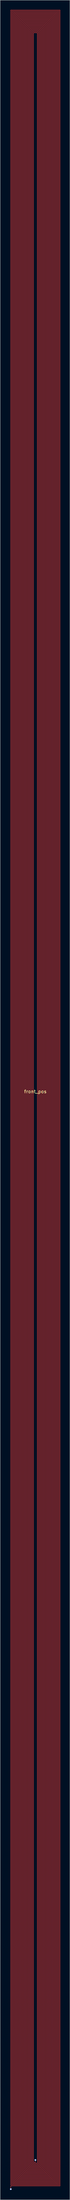
<source format=kicad_pcb>
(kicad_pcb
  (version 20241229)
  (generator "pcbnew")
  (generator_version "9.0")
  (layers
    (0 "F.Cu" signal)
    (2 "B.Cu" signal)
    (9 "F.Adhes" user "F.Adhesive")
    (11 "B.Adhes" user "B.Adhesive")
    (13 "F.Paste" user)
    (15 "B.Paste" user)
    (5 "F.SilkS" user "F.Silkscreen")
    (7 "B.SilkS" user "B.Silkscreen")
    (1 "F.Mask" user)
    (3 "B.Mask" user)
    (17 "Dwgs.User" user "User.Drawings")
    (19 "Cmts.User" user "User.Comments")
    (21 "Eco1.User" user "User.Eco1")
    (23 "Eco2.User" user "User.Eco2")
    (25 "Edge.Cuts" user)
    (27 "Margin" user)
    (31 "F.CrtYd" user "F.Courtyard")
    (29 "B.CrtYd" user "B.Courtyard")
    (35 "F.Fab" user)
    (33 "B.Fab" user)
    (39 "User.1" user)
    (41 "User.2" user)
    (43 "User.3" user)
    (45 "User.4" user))
  (footprint "front_pos"
    (layer "F.Cu")
    (at 7.942 337.577)
    (property "Reference" "front_pos" (at 0 -2 0) (layer "F.SilkS") (effects (font (size 1 1) (thickness 0.15))))
    (attr through_hole)
    (fp_line (start -7.642 -337.5) (end -7.642 337.194) (stroke (width 0.153) (type solid)) (layer "F.Cu"))
    (fp_line (start -7.642 337.194) (end 7.336 337.194) (stroke (width 0.153) (type solid)) (layer "F.Cu"))
    (fp_line (start -7.642 337.5) (end 7.642 337.5) (stroke (width 0.153) (type solid)) (layer "F.Cu"))
    (fp_line (start -7.642 338.5) (end -7.642 337.5) (stroke (width 0.153) (type solid)) (layer "F.Cu"))
    (fp_line (start -7.336 -337.194) (end -7.336 336.888) (stroke (width 0.153) (type solid)) (layer "F.Cu"))
    (fp_line (start -7.336 336.888) (end 7.03 336.888) (stroke (width 0.153) (type solid)) (layer "F.Cu"))
    (fp_line (start -7.03 -336.888) (end -7.03 336.582) (stroke (width 0.153) (type solid)) (layer "F.Cu"))
    (fp_line (start -7.03 336.582) (end 6.724 336.582) (stroke (width 0.153) (type solid)) (layer "F.Cu"))
    (fp_line (start -6.724 -336.582) (end -6.724 336.276) (stroke (width 0.153) (type solid)) (layer "F.Cu"))
    (fp_line (start -6.724 336.276) (end 6.418 336.276) (stroke (width 0.153) (type solid)) (layer "F.Cu"))
    (fp_line (start -6.418 -336.276) (end -6.418 335.97) (stroke (width 0.153) (type solid)) (layer "F.Cu"))
    (fp_line (start -6.418 335.97) (end 6.112 335.97) (stroke (width 0.153) (type solid)) (layer "F.Cu"))
    (fp_line (start -6.112 -335.97) (end -6.112 335.664) (stroke (width 0.153) (type solid)) (layer "F.Cu"))
    (fp_line (start -6.112 335.664) (end 5.806 335.664) (stroke (width 0.153) (type solid)) (layer "F.Cu"))
    (fp_line (start -5.806 -335.664) (end -5.806 335.358) (stroke (width 0.153) (type solid)) (layer "F.Cu"))
    (fp_line (start -5.806 335.358) (end 5.5 335.358) (stroke (width 0.153) (type solid)) (layer "F.Cu"))
    (fp_line (start -5.5 -335.358) (end -5.5 335.052) (stroke (width 0.153) (type solid)) (layer "F.Cu"))
    (fp_line (start -5.5 335.052) (end 5.194 335.052) (stroke (width 0.153) (type solid)) (layer "F.Cu"))
    (fp_line (start -5.194 -335.052) (end -5.194 334.746) (stroke (width 0.153) (type solid)) (layer "F.Cu"))
    (fp_line (start -5.194 334.746) (end 4.888 334.746) (stroke (width 0.153) (type solid)) (layer "F.Cu"))
    (fp_line (start -4.888 -334.746) (end -4.888 334.44) (stroke (width 0.153) (type solid)) (layer "F.Cu"))
    (fp_line (start -4.888 334.44) (end 4.582 334.44) (stroke (width 0.153) (type solid)) (layer "F.Cu"))
    (fp_line (start -4.582 -334.44) (end -4.582 334.134) (stroke (width 0.153) (type solid)) (layer "F.Cu"))
    (fp_line (start -4.582 334.134) (end 4.276 334.134) (stroke (width 0.153) (type solid)) (layer "F.Cu"))
    (fp_line (start -4.276 -334.134) (end -4.276 333.828) (stroke (width 0.153) (type solid)) (layer "F.Cu"))
    (fp_line (start -4.276 333.828) (end 3.97 333.828) (stroke (width 0.153) (type solid)) (layer "F.Cu"))
    (fp_line (start -3.97 -333.828) (end -3.97 333.522) (stroke (width 0.153) (type solid)) (layer "F.Cu"))
    (fp_line (start -3.97 333.522) (end 3.664 333.522) (stroke (width 0.153) (type solid)) (layer "F.Cu"))
    (fp_line (start -3.664 -333.522) (end -3.664 333.216) (stroke (width 0.153) (type solid)) (layer "F.Cu"))
    (fp_line (start -3.664 333.216) (end 3.358 333.216) (stroke (width 0.153) (type solid)) (layer "F.Cu"))
    (fp_line (start -3.358 -333.216) (end -3.358 332.91) (stroke (width 0.153) (type solid)) (layer "F.Cu"))
    (fp_line (start -3.358 332.91) (end 3.052 332.91) (stroke (width 0.153) (type solid)) (layer "F.Cu"))
    (fp_line (start -3.052 -332.91) (end -3.052 332.604) (stroke (width 0.153) (type solid)) (layer "F.Cu"))
    (fp_line (start -3.052 332.604) (end 2.746 332.604) (stroke (width 0.153) (type solid)) (layer "F.Cu"))
    (fp_line (start -2.746 -332.604) (end -2.746 332.298) (stroke (width 0.153) (type solid)) (layer "F.Cu"))
    (fp_line (start -2.746 332.298) (end 2.44 332.298) (stroke (width 0.153) (type solid)) (layer "F.Cu"))
    (fp_line (start -2.44 -332.298) (end -2.44 331.992) (stroke (width 0.153) (type solid)) (layer "F.Cu"))
    (fp_line (start -2.44 331.992) (end 2.134 331.992) (stroke (width 0.153) (type solid)) (layer "F.Cu"))
    (fp_line (start -2.134 -331.992) (end -2.134 331.686) (stroke (width 0.153) (type solid)) (layer "F.Cu"))
    (fp_line (start -2.134 331.686) (end 1.828 331.686) (stroke (width 0.153) (type solid)) (layer "F.Cu"))
    (fp_line (start -1.828 -331.686) (end -1.828 331.38) (stroke (width 0.153) (type solid)) (layer "F.Cu"))
    (fp_line (start -1.828 331.38) (end 1.522 331.38) (stroke (width 0.153) (type solid)) (layer "F.Cu"))
    (fp_line (start -1.522 -331.38) (end -1.522 331.074) (stroke (width 0.153) (type solid)) (layer "F.Cu"))
    (fp_line (start -1.522 331.074) (end 1.216 331.074) (stroke (width 0.153) (type solid)) (layer "F.Cu"))
    (fp_line (start -1.216 -331.074) (end -1.216 330.768) (stroke (width 0.153) (type solid)) (layer "F.Cu"))
    (fp_line (start -1.216 330.768) (end 0.91 330.768) (stroke (width 0.153) (type solid)) (layer "F.Cu"))
    (fp_line (start -0.91 -330.768) (end -0.91 330.462) (stroke (width 0.153) (type solid)) (layer "F.Cu"))
    (fp_line (start -0.91 330.462) (end 0.604 330.462) (stroke (width 0.153) (type solid)) (layer "F.Cu"))
    (fp_line (start -0.604 -330.462) (end -0.604 330.156) (stroke (width 0.153) (type solid)) (layer "F.Cu"))
    (fp_line (start -0.604 330.156) (end 0 330.156) (stroke (width 0.153) (type solid)) (layer "F.Cu"))
    (fp_line (start 0 330.156) (end 0 329.462) (stroke (width 0.153) (type solid)) (layer "F.Cu"))
    (fp_line (start 0.604 -330.462) (end -0.604 -330.462) (stroke (width 0.153) (type solid)) (layer "F.Cu"))
    (fp_line (start 0.604 330.462) (end 0.604 -330.462) (stroke (width 0.153) (type solid)) (layer "F.Cu"))
    (fp_line (start 0.91 -330.768) (end -0.91 -330.768) (stroke (width 0.153) (type solid)) (layer "F.Cu"))
    (fp_line (start 0.91 330.768) (end 0.91 -330.768) (stroke (width 0.153) (type solid)) (layer "F.Cu"))
    (fp_line (start 1.216 -331.074) (end -1.216 -331.074) (stroke (width 0.153) (type solid)) (layer "F.Cu"))
    (fp_line (start 1.216 331.074) (end 1.216 -331.074) (stroke (width 0.153) (type solid)) (layer "F.Cu"))
    (fp_line (start 1.522 -331.38) (end -1.522 -331.38) (stroke (width 0.153) (type solid)) (layer "F.Cu"))
    (fp_line (start 1.522 331.38) (end 1.522 -331.38) (stroke (width 0.153) (type solid)) (layer "F.Cu"))
    (fp_line (start 1.828 -331.686) (end -1.828 -331.686) (stroke (width 0.153) (type solid)) (layer "F.Cu"))
    (fp_line (start 1.828 331.686) (end 1.828 -331.686) (stroke (width 0.153) (type solid)) (layer "F.Cu"))
    (fp_line (start 2.134 -331.992) (end -2.134 -331.992) (stroke (width 0.153) (type solid)) (layer "F.Cu"))
    (fp_line (start 2.134 331.992) (end 2.134 -331.992) (stroke (width 0.153) (type solid)) (layer "F.Cu"))
    (fp_line (start 2.44 -332.298) (end -2.44 -332.298) (stroke (width 0.153) (type solid)) (layer "F.Cu"))
    (fp_line (start 2.44 332.298) (end 2.44 -332.298) (stroke (width 0.153) (type solid)) (layer "F.Cu"))
    (fp_line (start 2.746 -332.604) (end -2.746 -332.604) (stroke (width 0.153) (type solid)) (layer "F.Cu"))
    (fp_line (start 2.746 332.604) (end 2.746 -332.604) (stroke (width 0.153) (type solid)) (layer "F.Cu"))
    (fp_line (start 3.052 -332.91) (end -3.052 -332.91) (stroke (width 0.153) (type solid)) (layer "F.Cu"))
    (fp_line (start 3.052 332.91) (end 3.052 -332.91) (stroke (width 0.153) (type solid)) (layer "F.Cu"))
    (fp_line (start 3.358 -333.216) (end -3.358 -333.216) (stroke (width 0.153) (type solid)) (layer "F.Cu"))
    (fp_line (start 3.358 333.216) (end 3.358 -333.216) (stroke (width 0.153) (type solid)) (layer "F.Cu"))
    (fp_line (start 3.664 -333.522) (end -3.664 -333.522) (stroke (width 0.153) (type solid)) (layer "F.Cu"))
    (fp_line (start 3.664 333.522) (end 3.664 -333.522) (stroke (width 0.153) (type solid)) (layer "F.Cu"))
    (fp_line (start 3.97 -333.828) (end -3.97 -333.828) (stroke (width 0.153) (type solid)) (layer "F.Cu"))
    (fp_line (start 3.97 333.828) (end 3.97 -333.828) (stroke (width 0.153) (type solid)) (layer "F.Cu"))
    (fp_line (start 4.276 -334.134) (end -4.276 -334.134) (stroke (width 0.153) (type solid)) (layer "F.Cu"))
    (fp_line (start 4.276 334.134) (end 4.276 -334.134) (stroke (width 0.153) (type solid)) (layer "F.Cu"))
    (fp_line (start 4.582 -334.44) (end -4.582 -334.44) (stroke (width 0.153) (type solid)) (layer "F.Cu"))
    (fp_line (start 4.582 334.44) (end 4.582 -334.44) (stroke (width 0.153) (type solid)) (layer "F.Cu"))
    (fp_line (start 4.888 -334.746) (end -4.888 -334.746) (stroke (width 0.153) (type solid)) (layer "F.Cu"))
    (fp_line (start 4.888 334.746) (end 4.888 -334.746) (stroke (width 0.153) (type solid)) (layer "F.Cu"))
    (fp_line (start 5.194 -335.052) (end -5.194 -335.052) (stroke (width 0.153) (type solid)) (layer "F.Cu"))
    (fp_line (start 5.194 335.052) (end 5.194 -335.052) (stroke (width 0.153) (type solid)) (layer "F.Cu"))
    (fp_line (start 5.5 -335.358) (end -5.5 -335.358) (stroke (width 0.153) (type solid)) (layer "F.Cu"))
    (fp_line (start 5.5 335.358) (end 5.5 -335.358) (stroke (width 0.153) (type solid)) (layer "F.Cu"))
    (fp_line (start 5.806 -335.664) (end -5.806 -335.664) (stroke (width 0.153) (type solid)) (layer "F.Cu"))
    (fp_line (start 5.806 335.664) (end 5.806 -335.664) (stroke (width 0.153) (type solid)) (layer "F.Cu"))
    (fp_line (start 6.112 -335.97) (end -6.112 -335.97) (stroke (width 0.153) (type solid)) (layer "F.Cu"))
    (fp_line (start 6.112 335.97) (end 6.112 -335.97) (stroke (width 0.153) (type solid)) (layer "F.Cu"))
    (fp_line (start 6.418 -336.276) (end -6.418 -336.276) (stroke (width 0.153) (type solid)) (layer "F.Cu"))
    (fp_line (start 6.418 336.276) (end 6.418 -336.276) (stroke (width 0.153) (type solid)) (layer "F.Cu"))
    (fp_line (start 6.724 -336.582) (end -6.724 -336.582) (stroke (width 0.153) (type solid)) (layer "F.Cu"))
    (fp_line (start 6.724 336.582) (end 6.724 -336.582) (stroke (width 0.153) (type solid)) (layer "F.Cu"))
    (fp_line (start 7.03 -336.888) (end -7.03 -336.888) (stroke (width 0.153) (type solid)) (layer "F.Cu"))
    (fp_line (start 7.03 336.888) (end 7.03 -336.888) (stroke (width 0.153) (type solid)) (layer "F.Cu"))
    (fp_line (start 7.336 -337.194) (end -7.336 -337.194) (stroke (width 0.153) (type solid)) (layer "F.Cu"))
    (fp_line (start 7.336 337.194) (end 7.336 -337.194) (stroke (width 0.153) (type solid)) (layer "F.Cu"))
    (fp_line (start 7.642 -337.5) (end -7.642 -337.5) (stroke (width 0.153) (type solid)) (layer "F.Cu"))
    (fp_line (start 7.642 337.5) (end 7.642 -337.5) (stroke (width 0.153) (type solid)) (layer "F.Cu"))
    (pad "1" thru_hole circle (at -7.642 338.5) (size 0.6 0.6) (drill 0.35) (layers "*.Cu" "*.Mask"))
    (pad "2" thru_hole circle (at 0 329.462) (size 0.6 0.6) (drill 0.35) (layers "*.Cu" "*.Mask")))
  (gr_rect
    (start -3 -3)
    (end 18.66 679.376)
    (stroke (width 0.1) (type default))
    (fill no)
    (layer "Edge.Cuts")))
</source>
